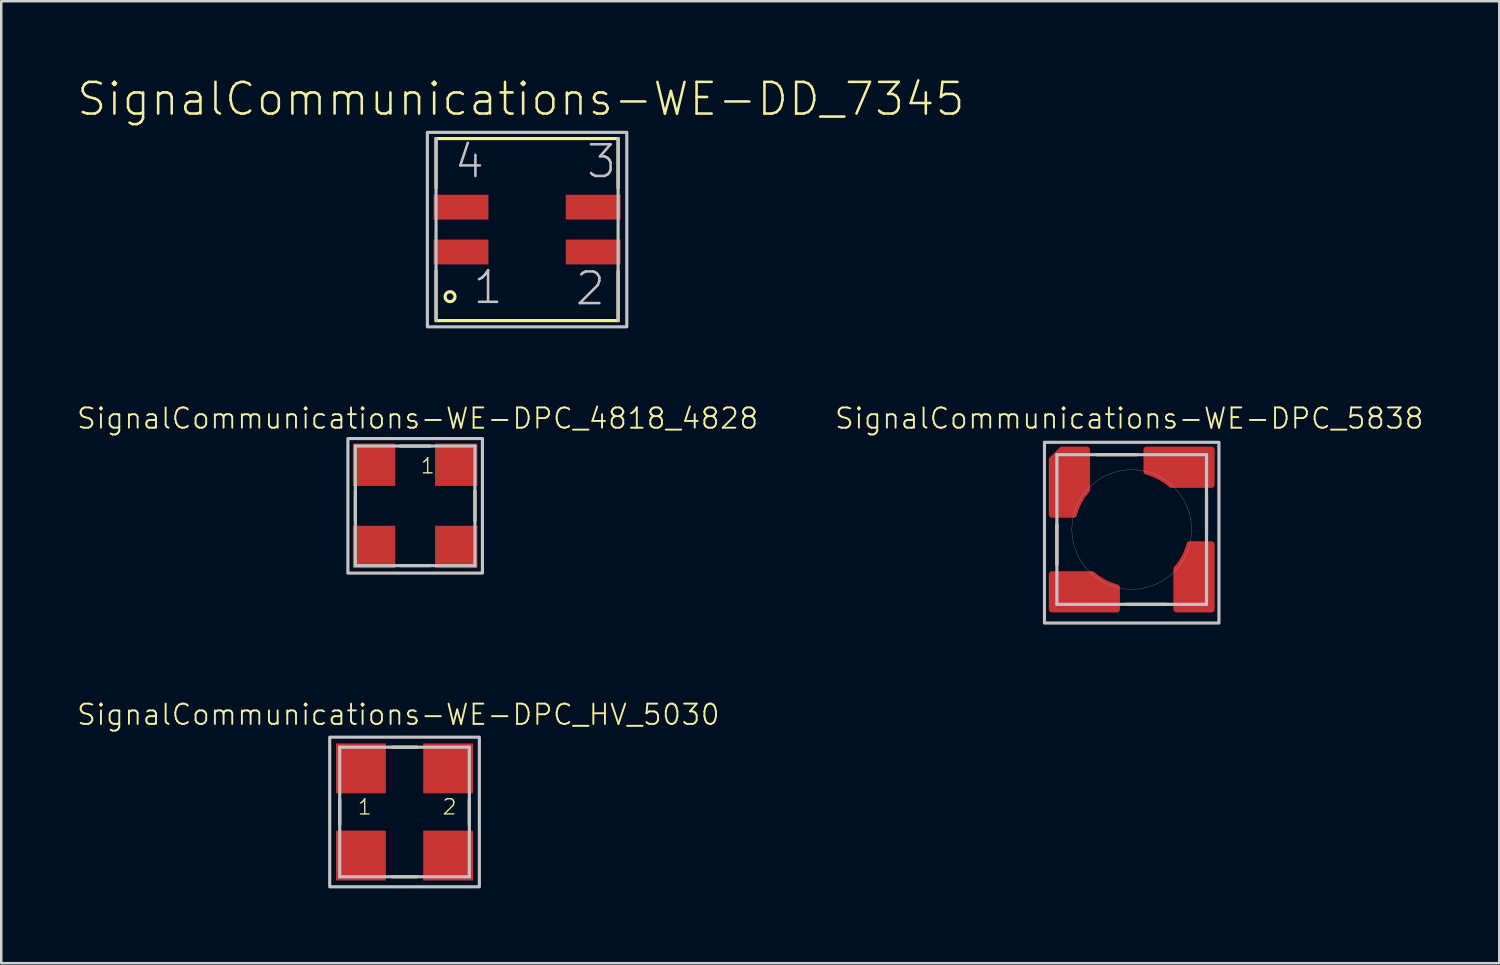
<source format=kicad_pcb>
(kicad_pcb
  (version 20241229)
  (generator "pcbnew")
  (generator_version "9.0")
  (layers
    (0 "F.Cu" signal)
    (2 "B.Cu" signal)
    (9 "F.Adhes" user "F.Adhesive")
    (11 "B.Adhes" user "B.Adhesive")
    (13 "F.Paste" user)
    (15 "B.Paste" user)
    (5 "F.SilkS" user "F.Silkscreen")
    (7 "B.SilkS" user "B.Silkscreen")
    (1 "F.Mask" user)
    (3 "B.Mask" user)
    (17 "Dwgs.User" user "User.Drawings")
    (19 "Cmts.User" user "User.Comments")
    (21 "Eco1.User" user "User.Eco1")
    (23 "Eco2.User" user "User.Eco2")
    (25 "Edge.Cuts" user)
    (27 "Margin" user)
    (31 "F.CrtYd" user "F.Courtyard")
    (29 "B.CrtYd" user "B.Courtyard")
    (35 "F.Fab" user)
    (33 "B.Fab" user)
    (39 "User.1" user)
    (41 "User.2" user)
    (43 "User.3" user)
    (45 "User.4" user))
  (footprint "SignalCommunications-WE-DPC_HV_5030"
    (layer "F.Cu")
    (at 13.171 29.509)
    (property "Reference" "SignalCommunications-WE-DPC_HV_5030" (at -0.249 -3.904 0) (layer "F.SilkS") (effects (font (size 0.813 0.813) (thickness 0.076))))
    (attr smd)
    (fp_line (start -2.598 0.498) (end -2.598 -0.498) (stroke (width 0.127) (type solid)) (layer "F.SilkS"))
    (fp_line (start -0.498 -2.598) (end 0.498 -2.598) (stroke (width 0.127) (type solid)) (layer "F.SilkS"))
    (fp_line (start -0.498 2.598) (end 0.498 2.598) (stroke (width 0.127) (type solid)) (layer "F.SilkS"))
    (fp_line (start 2.598 -0.498) (end 2.598 0.498) (stroke (width 0.127) (type solid)) (layer "F.SilkS"))
    (fp_line (start -2.598 -2.598) (end 2.598 -2.598) (stroke (width 0.127) (type solid)) (layer "Dwgs.User"))
    (fp_line (start -2.598 2.598) (end -2.598 -2.598) (stroke (width 0.127) (type solid)) (layer "Dwgs.User"))
    (fp_line (start 2.598 -2.598) (end 2.598 2.598) (stroke (width 0.127) (type solid)) (layer "Dwgs.User"))
    (fp_line (start 2.598 2.598) (end -2.598 2.598) (stroke (width 0.127) (type solid)) (layer "Dwgs.User"))
    (fp_poly (pts (xy -3 -3) (xy 3 -3) (xy 3 3) (xy -3 3) (xy -3 -3)) (stroke (width 0.127) (type solid)) (fill no) (layer "Dwgs.User"))
    (fp_text user "1" (at -1.595 -0.203 0) (layer "F.SilkS") (effects (font (size 0.61 0.61) (thickness 0.051))))
    (fp_text user "2" (at 1.803 -0.203 0) (layer "F.SilkS") (effects (font (size 0.61 0.61) (thickness 0.051))))
    (pad "1" smd rect (at -1.748 -1.748) (size 1.999 1.999) (layers "F.Cu" "F.Mask" "F.Paste"))
    (pad "2" smd rect (at 1.748 -1.748) (size 1.999 1.999) (layers "F.Cu" "F.Mask" "F.Paste"))
    (pad "3" smd rect (at 1.748 1.748) (size 1.999 1.999) (layers "F.Cu" "F.Mask" "F.Paste"))
    (pad "4" smd rect (at -1.748 1.748) (size 1.999 1.999) (layers "F.Cu" "F.Mask" "F.Paste")))
  (footprint "SignalCommunications-WE-DD_7345"
    (layer "F.Cu")
    (at 18.085 6.156)
    (property "Reference" "SignalCommunications-WE-DD_7345" (at -0.249 -5.235 0) (layer "F.SilkS") (effects (font (size 1.27 1.27) (thickness 0.102))))
    (attr smd)
    (fp_line (start -3.65 -3.65) (end 3.65 -3.65) (stroke (width 0.127) (type solid)) (layer "F.SilkS"))
    (fp_line (start -3.65 -1.669) (end -3.65 -3.65) (stroke (width 0.127) (type solid)) (layer "F.SilkS"))
    (fp_line (start -3.65 1.669) (end -3.65 3.65) (stroke (width 0.127) (type solid)) (layer "F.SilkS"))
    (fp_line (start -3.65 3.65) (end 3.65 3.65) (stroke (width 0.127) (type solid)) (layer "F.SilkS"))
    (fp_line (start 3.65 -1.669) (end 3.65 -3.65) (stroke (width 0.127) (type solid)) (layer "F.SilkS"))
    (fp_line (start 3.65 1.669) (end 3.65 3.65) (stroke (width 0.127) (type solid)) (layer "F.SilkS"))
    (fp_circle (center -3.089 2.69) (end -3.089 2.492) (stroke (width 0.127) (type solid)) (fill no) (layer "F.SilkS"))
    (fp_line (start -3.65 3.65) (end -3.65 -3.65) (stroke (width 0.127) (type solid)) (layer "Dwgs.User"))
    (fp_line (start 3.65 3.65) (end 3.65 -3.65) (stroke (width 0.127) (type solid)) (layer "Dwgs.User"))
    (fp_poly (pts (xy -3.998 3.899) (xy -3.998 -3.899) (xy 3.998 -3.899) (xy 3.998 3.899) (xy -3.998 3.899)) (stroke (width 0.127) (type solid)) (fill no) (layer "Dwgs.User"))
    (fp_text user "4" (at -2.314 -2.733 0) (layer "Dwgs.User") (effects (font (size 1.27 1.27) (thickness 0.102))))
    (fp_text user "3" (at 2.985 -2.733 0) (layer "Dwgs.User") (effects (font (size 1.27 1.27) (thickness 0.102))))
    (fp_text user "2" (at 2.535 2.365 0) (layer "Dwgs.User") (effects (font (size 1.27 1.27) (thickness 0.102))))
    (fp_text user "1" (at -1.565 2.314 0) (layer "Dwgs.User") (effects (font (size 1.27 1.27) (thickness 0.102))))
    (pad "1" smd rect (at -2.649 0.899 90) (size 0.998 2.2) (layers "F.Cu" "F.Mask" "F.Paste"))
    (pad "2" smd rect (at 2.649 0.899 90) (size 0.998 2.2) (layers "F.Cu" "F.Mask" "F.Paste"))
    (pad "3" smd rect (at 2.649 -0.899 90) (size 0.998 2.2) (layers "F.Cu" "F.Mask" "F.Paste"))
    (pad "4" smd rect (at -2.649 -0.899 90) (size 0.998 2.2) (layers "F.Cu" "F.Mask" "F.Paste")))
  (footprint "SignalCommunications-WE-DPC_4818_4828"
    (layer "F.Cu")
    (at 13.597 17.233)
    (property "Reference" "SignalCommunications-WE-DPC_4818_4828" (at 0.099 -3.505 0) (layer "F.SilkS") (effects (font (size 0.813 0.813) (thickness 0.076))))
    (attr smd)
    (fp_line (start -2.398 -0.599) (end -2.398 0.599) (stroke (width 0.127) (type solid)) (layer "F.SilkS"))
    (fp_line (start -0.599 -2.398) (end 0.599 -2.398) (stroke (width 0.127) (type solid)) (layer "F.SilkS"))
    (fp_line (start -0.599 2.398) (end 0.599 2.398) (stroke (width 0.127) (type solid)) (layer "F.SilkS"))
    (fp_line (start 2.398 -0.599) (end 2.398 0.599) (stroke (width 0.127) (type solid)) (layer "F.SilkS"))
    (fp_line (start -2.398 -2.398) (end 2.398 -2.398) (stroke (width 0.127) (type solid)) (layer "Dwgs.User"))
    (fp_line (start -2.398 2.398) (end -2.398 -2.398) (stroke (width 0.127) (type solid)) (layer "Dwgs.User"))
    (fp_line (start 2.398 -2.398) (end 2.398 2.398) (stroke (width 0.127) (type solid)) (layer "Dwgs.User"))
    (fp_line (start 2.398 2.398) (end -2.398 2.398) (stroke (width 0.127) (type solid)) (layer "Dwgs.User"))
    (fp_poly (pts (xy -2.697 -2.697) (xy 2.697 -2.697) (xy 2.697 2.697) (xy -2.697 2.697) (xy -2.697 -2.697)) (stroke (width 0.127) (type solid)) (fill no) (layer "Dwgs.User"))
    (fp_text user "1" (at 0.503 -1.603 0) (layer "F.SilkS") (effects (font (size 0.61 0.61) (thickness 0.051))))
    (pad "1" smd rect (at 1.648 -1.648 90) (size 1.699 1.699) (layers "F.Cu" "F.Mask" "F.Paste"))
    (pad "2" smd rect (at 1.648 1.648 90) (size 1.699 1.699) (layers "F.Cu" "F.Mask" "F.Paste"))
    (pad "3" smd rect (at -1.648 1.648 90) (size 1.699 1.699) (layers "F.Cu" "F.Mask" "F.Paste"))
    (pad "4" smd rect (at -1.648 -1.648 90) (size 1.699 1.699) (layers "F.Cu" "F.Mask" "F.Paste")))
  (footprint "SignalCommunications-WE-DPC_5838"
    (layer "F.Cu")
    (at 42.329 18.183)
    (property "Reference" "SignalCommunications-WE-DPC_5838" (at -0.099 -4.455 0) (layer "F.SilkS") (effects (font (size 0.813 0.813) (thickness 0.076))))
    (attr smd)
    (fp_poly (pts (xy -0.599 3.198) (xy -3.198 3.198) (xy -3.198 1.798) (xy -1.587 1.798) (xy -1.562 1.819) (xy -1.524 1.852) (xy -1.486 1.885) (xy -1.412 1.938) (xy -1.377 1.966) (xy -1.339 1.991) (xy -1.28 2.029) (xy -1.24 2.052) (xy -1.163 2.098) (xy -1.072 2.146) (xy -0.978 2.189) (xy -0.876 2.233) (xy -0.767 2.273) (xy -0.665 2.306) (xy -0.599 2.324) (xy -0.599 3.198)) (stroke (width 0.254) (type solid)) (fill yes) (layer "F.Cu"))
    (fp_poly (pts (xy 0.599 -3.198) (xy 3.198 -3.198) (xy 3.198 -1.798) (xy 1.587 -1.798) (xy 1.562 -1.819) (xy 1.524 -1.852) (xy 1.486 -1.885) (xy 1.412 -1.938) (xy 1.377 -1.966) (xy 1.339 -1.991) (xy 1.28 -2.029) (xy 1.24 -2.052) (xy 1.163 -2.098) (xy 1.072 -2.146) (xy 0.978 -2.189) (xy 0.876 -2.233) (xy 0.767 -2.273) (xy 0.665 -2.306) (xy 0.599 -2.324) (xy 0.599 -3.198)) (stroke (width 0.254) (type solid)) (fill yes) (layer "F.Cu"))
    (fp_poly (pts (xy 3.198 0.599) (xy 3.198 3.198) (xy 1.798 3.198) (xy 1.798 1.587) (xy 1.819 1.562) (xy 1.852 1.524) (xy 1.885 1.486) (xy 1.908 1.453) (xy 1.938 1.412) (xy 1.966 1.377) (xy 1.991 1.339) (xy 2.029 1.28) (xy 2.052 1.24) (xy 2.098 1.163) (xy 2.146 1.072) (xy 2.189 0.978) (xy 2.233 0.876) (xy 2.273 0.767) (xy 2.306 0.665) (xy 2.324 0.597) (xy 3.198 0.599)) (stroke (width 0.254) (type solid)) (fill yes) (layer "F.Cu"))
    (fp_poly (pts (xy -1.798 -1.587) (xy -1.808 -1.575) (xy -1.829 -1.552) (xy -1.847 -1.529) (xy -1.867 -1.506) (xy -1.892 -1.473) (xy -1.918 -1.443) (xy -1.938 -1.415) (xy -1.961 -1.379) (xy -2.002 -1.323) (xy -2.047 -1.247) (xy -2.088 -1.181) (xy -2.129 -1.107) (xy -2.179 -1.008) (xy -2.228 -0.889) (xy -2.273 -0.772) (xy -2.306 -0.665) (xy -2.324 -0.599) (xy -3.198 -0.599) (xy -3.198 -2.799) (xy -2.799 -3.198) (xy -1.798 -3.198) (xy -1.798 -1.587)) (stroke (width 0.254) (type solid)) (fill yes) (layer "F.Cu"))
    (fp_poly (pts (xy -0.498 3.299) (xy -3.299 3.299) (xy -3.299 1.699) (xy -1.549 1.699) (xy -1.514 1.73) (xy -1.466 1.77) (xy -1.41 1.816) (xy -1.341 1.867) (xy -1.273 1.915) (xy -1.222 1.948) (xy -1.168 1.981) (xy -1.1 2.019) (xy -1.041 2.05) (xy -0.965 2.088) (xy -0.884 2.123) (xy -0.798 2.156) (xy -0.681 2.197) (xy -0.538 2.235) (xy -0.498 2.245) (xy -0.498 3.299)) (stroke (width 0.254) (type solid)) (fill yes) (layer "F.Mask"))
    (fp_poly (pts (xy 0.498 -3.299) (xy 3.299 -3.299) (xy 3.299 -1.699) (xy 1.549 -1.699) (xy 1.514 -1.73) (xy 1.466 -1.77) (xy 1.41 -1.816) (xy 1.341 -1.867) (xy 1.273 -1.915) (xy 1.222 -1.948) (xy 1.168 -1.981) (xy 1.1 -2.019) (xy 1.041 -2.05) (xy 0.965 -2.088) (xy 0.884 -2.123) (xy 0.798 -2.156) (xy 0.681 -2.197) (xy 0.538 -2.235) (xy 0.498 -2.245) (xy 0.498 -3.299)) (stroke (width 0.254) (type solid)) (fill yes) (layer "F.Mask"))
    (fp_poly (pts (xy 3.299 0.498) (xy 3.299 3.299) (xy 1.699 3.299) (xy 1.699 1.549) (xy 1.73 1.514) (xy 1.77 1.466) (xy 1.816 1.41) (xy 1.867 1.341) (xy 1.915 1.273) (xy 1.948 1.222) (xy 1.981 1.168) (xy 2.019 1.1) (xy 2.05 1.041) (xy 2.088 0.965) (xy 2.123 0.884) (xy 2.156 0.798) (xy 2.197 0.681) (xy 2.235 0.538) (xy 2.245 0.498) (xy 3.299 0.498)) (stroke (width 0.254) (type solid)) (fill yes) (layer "F.Mask"))
    (fp_poly (pts (xy -3.299 -2.898) (xy -2.898 -3.299) (xy -1.699 -3.299) (xy -1.699 -1.549) (xy -1.73 -1.514) (xy -1.781 -1.453) (xy -1.841 -1.377) (xy -1.89 -1.308) (xy -1.93 -1.25) (xy -1.971 -1.184) (xy -1.996 -1.14) (xy -2.024 -1.09) (xy -2.057 -1.029) (xy -2.083 -0.973) (xy -2.113 -0.909) (xy -2.149 -0.826) (xy -2.182 -0.726) (xy -2.207 -0.643) (xy -2.228 -0.574) (xy -2.245 -0.498) (xy -3.299 -0.498) (xy -3.299 -2.898)) (stroke (width 0.254) (type solid)) (fill yes) (layer "F.Mask"))
    (fp_line (start -3 -0.198) (end -3 1.4) (stroke (width 0.127) (type solid)) (layer "F.SilkS"))
    (fp_line (start -1.4 -3) (end 0.198 -3) (stroke (width 0.127) (type solid)) (layer "F.SilkS"))
    (fp_line (start -0.198 3) (end 1.4 3) (stroke (width 0.127) (type solid)) (layer "F.SilkS"))
    (fp_line (start 3 -1.4) (end 3 0.198) (stroke (width 0.127) (type solid)) (layer "F.SilkS"))
    (fp_poly (pts (xy -3.198 -2.799) (xy -2.799 -3.198) (xy -1.798 -3.198) (xy -1.798 -1.587) (xy -1.841 -1.537) (xy -1.885 -1.483) (xy -1.923 -1.438) (xy -1.966 -1.377) (xy -2.012 -1.308) (xy -2.065 -1.224) (xy -2.116 -1.133) (xy -2.162 -1.044) (xy -2.212 -0.935) (xy -2.256 -0.818) (xy -2.296 -0.688) (xy -2.324 -0.597) (xy -3.198 -0.599) (xy -3.198 -2.799)) (stroke (width 0.254) (type solid)) (fill yes) (layer "F.Paste"))
    (fp_poly (pts (xy -0.599 2.329) (xy -0.599 3.198) (xy -3.198 3.198) (xy -3.198 1.798) (xy -1.587 1.798) (xy -1.577 1.808) (xy -1.552 1.829) (xy -1.527 1.849) (xy -1.483 1.885) (xy -1.438 1.92) (xy -1.4 1.946) (xy -1.361 1.976) (xy -1.323 2.002) (xy -1.24 2.055) (xy -1.143 2.111) (xy -1.024 2.172) (xy -0.912 2.22) (xy -0.818 2.256) (xy -0.737 2.283) (xy -0.66 2.309) (xy -0.597 2.324) (xy -0.599 2.329)) (stroke (width 0.254) (type solid)) (fill yes) (layer "F.Paste"))
    (fp_poly (pts (xy 0.599 -2.329) (xy 0.599 -3.198) (xy 3.198 -3.198) (xy 3.198 -1.798) (xy 1.587 -1.798) (xy 1.577 -1.808) (xy 1.552 -1.829) (xy 1.527 -1.849) (xy 1.483 -1.885) (xy 1.438 -1.92) (xy 1.4 -1.946) (xy 1.361 -1.976) (xy 1.323 -2.002) (xy 1.24 -2.055) (xy 1.143 -2.111) (xy 1.024 -2.172) (xy 0.912 -2.22) (xy 0.818 -2.256) (xy 0.737 -2.283) (xy 0.66 -2.309) (xy 0.597 -2.324) (xy 0.599 -2.329)) (stroke (width 0.254) (type solid)) (fill yes) (layer "F.Paste"))
    (fp_poly (pts (xy 2.329 0.599) (xy 3.198 0.599) (xy 3.198 3.198) (xy 1.798 3.198) (xy 1.798 1.587) (xy 1.808 1.577) (xy 1.829 1.552) (xy 1.849 1.527) (xy 1.885 1.483) (xy 1.92 1.438) (xy 1.946 1.4) (xy 1.976 1.361) (xy 2.002 1.323) (xy 2.055 1.24) (xy 2.111 1.143) (xy 2.172 1.024) (xy 2.22 0.912) (xy 2.256 0.818) (xy 2.283 0.737) (xy 2.309 0.66) (xy 2.324 0.597) (xy 2.329 0.599)) (stroke (width 0.254) (type solid)) (fill yes) (layer "F.Paste"))
    (fp_line (start -3 -3) (end 3 -3) (stroke (width 0.127) (type solid)) (layer "Dwgs.User"))
    (fp_line (start -3 3) (end -3 -3) (stroke (width 0.127) (type solid)) (layer "Dwgs.User"))
    (fp_line (start 3 -3) (end 3 3) (stroke (width 0.127) (type solid)) (layer "Dwgs.User"))
    (fp_line (start 3 3) (end -3 3) (stroke (width 0.127) (type solid)) (layer "Dwgs.User"))
    (fp_circle (center 0 0) (end 0 -2.398) (stroke (width 0.008) (type solid)) (fill no) (layer "Dwgs.User"))
    (fp_poly (pts (xy -3.498 -3.498) (xy 3.498 -3.498) (xy 3.498 3.749) (xy -3.498 3.749) (xy -3.498 -3.498)) (stroke (width 0.127) (type solid)) (fill no) (layer "Dwgs.User"))
    (pad "1" smd rect (at -2.499 -1.9 90) (size 1.298 0.699) (layers "F.Cu" "F.Mask" "F.Paste"))
    (pad "2" smd rect (at -1.9 2.499) (size 1.298 0.699) (layers "F.Cu" "F.Mask" "F.Paste"))
    (pad "3" smd rect (at 2.499 1.9 270) (size 1.298 0.699) (layers "F.Cu" "F.Mask" "F.Paste"))
    (pad "4" smd rect (at 1.9 -2.499 180) (size 1.298 0.699) (layers "F.Cu" "F.Mask" "F.Paste")))
  (gr_rect
    (start -3 -3)
    (end 57.068 35.572)
    (stroke (width 0.1) (type default))
    (fill no)
    (layer "Edge.Cuts")))
</source>
